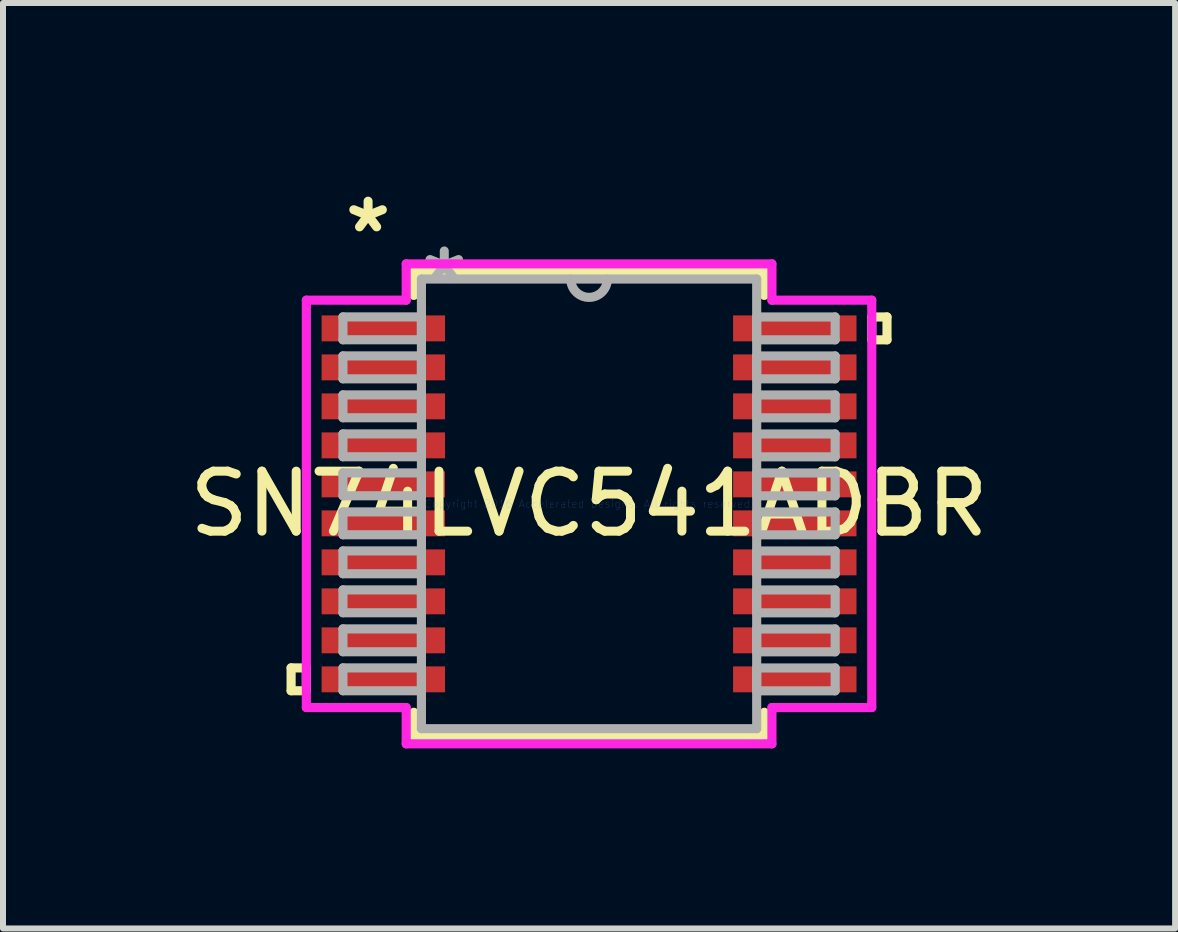
<source format=kicad_pcb>
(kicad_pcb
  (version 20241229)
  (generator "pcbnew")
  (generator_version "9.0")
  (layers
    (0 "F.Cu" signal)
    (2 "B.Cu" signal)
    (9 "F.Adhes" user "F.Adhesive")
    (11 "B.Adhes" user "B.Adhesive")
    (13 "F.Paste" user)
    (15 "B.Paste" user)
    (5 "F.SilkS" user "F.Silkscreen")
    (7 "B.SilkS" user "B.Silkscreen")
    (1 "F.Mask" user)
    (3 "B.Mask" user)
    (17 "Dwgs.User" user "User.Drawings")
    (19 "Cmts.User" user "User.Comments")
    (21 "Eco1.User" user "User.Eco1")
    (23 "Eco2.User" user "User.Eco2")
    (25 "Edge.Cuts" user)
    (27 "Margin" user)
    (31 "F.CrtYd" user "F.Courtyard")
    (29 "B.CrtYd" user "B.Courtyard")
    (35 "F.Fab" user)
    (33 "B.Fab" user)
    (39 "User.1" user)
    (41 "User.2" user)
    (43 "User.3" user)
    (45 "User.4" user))
  (footprint "SN74LVC541ADBR"
    (layer "F.Cu")
    (at 6.768 5.348)
    (property "Reference" "SN74LVC541ADBR" (at 0 0 0) (layer "F.SilkS") (effects (font (size 1 1) (thickness 0.15))))
    (attr through_hole)
    (fp_line (start -4.966 2.734) (end -4.966 3.115) (stroke (width 0.152) (type solid)) (layer "F.SilkS"))
    (fp_line (start -4.966 3.115) (end -4.712 3.115) (stroke (width 0.152) (type solid)) (layer "F.SilkS"))
    (fp_line (start -4.712 2.734) (end -4.966 2.734) (stroke (width 0.152) (type solid)) (layer "F.SilkS"))
    (fp_line (start -4.712 3.115) (end -4.712 2.734) (stroke (width 0.152) (type solid)) (layer "F.SilkS"))
    (fp_line (start -2.921 -3.873) (end -2.921 -3.474) (stroke (width 0.152) (type solid)) (layer "F.SilkS"))
    (fp_line (start -2.921 3.474) (end -2.921 3.873) (stroke (width 0.152) (type solid)) (layer "F.SilkS"))
    (fp_line (start -2.921 3.873) (end 2.921 3.873) (stroke (width 0.152) (type solid)) (layer "F.SilkS"))
    (fp_line (start 2.921 -3.873) (end -2.921 -3.873) (stroke (width 0.152) (type solid)) (layer "F.SilkS"))
    (fp_line (start 2.921 -3.474) (end 2.921 -3.873) (stroke (width 0.152) (type solid)) (layer "F.SilkS"))
    (fp_line (start 2.921 3.873) (end 2.921 3.474) (stroke (width 0.152) (type solid)) (layer "F.SilkS"))
    (fp_line (start 4.712 -3.115) (end 4.966 -3.115) (stroke (width 0.152) (type solid)) (layer "F.SilkS"))
    (fp_line (start 4.712 -2.734) (end 4.712 -3.115) (stroke (width 0.152) (type solid)) (layer "F.SilkS"))
    (fp_line (start 4.966 -3.115) (end 4.966 -2.734) (stroke (width 0.152) (type solid)) (layer "F.SilkS"))
    (fp_line (start 4.966 -2.734) (end 4.712 -2.734) (stroke (width 0.152) (type solid)) (layer "F.SilkS"))
    (fp_line (start -4.712 -3.395) (end -3.048 -3.395) (stroke (width 0.152) (type solid)) (layer "F.CrtYd"))
    (fp_line (start -4.712 3.395) (end -4.712 -3.395) (stroke (width 0.152) (type solid)) (layer "F.CrtYd"))
    (fp_line (start -3.048 -4) (end 3.048 -4) (stroke (width 0.152) (type solid)) (layer "F.CrtYd"))
    (fp_line (start -3.048 -3.395) (end -3.048 -4) (stroke (width 0.152) (type solid)) (layer "F.CrtYd"))
    (fp_line (start -3.048 3.395) (end -4.712 3.395) (stroke (width 0.152) (type solid)) (layer "F.CrtYd"))
    (fp_line (start -3.048 4) (end -3.048 3.395) (stroke (width 0.152) (type solid)) (layer "F.CrtYd"))
    (fp_line (start 3.048 -4) (end 3.048 -3.395) (stroke (width 0.152) (type solid)) (layer "F.CrtYd"))
    (fp_line (start 3.048 -3.395) (end 4.712 -3.395) (stroke (width 0.152) (type solid)) (layer "F.CrtYd"))
    (fp_line (start 3.048 3.395) (end 3.048 4) (stroke (width 0.152) (type solid)) (layer "F.CrtYd"))
    (fp_line (start 3.048 4) (end -3.048 4) (stroke (width 0.152) (type solid)) (layer "F.CrtYd"))
    (fp_line (start 4.712 -3.395) (end 4.712 3.395) (stroke (width 0.152) (type solid)) (layer "F.CrtYd"))
    (fp_line (start 4.712 3.395) (end 3.048 3.395) (stroke (width 0.152) (type solid)) (layer "F.CrtYd"))
    (fp_line (start -4.102 -3.116) (end -4.102 -2.735) (stroke (width 0.152) (type solid)) (layer "F.Fab"))
    (fp_line (start -4.102 -2.735) (end -2.794 -2.735) (stroke (width 0.152) (type solid)) (layer "F.Fab"))
    (fp_line (start -4.102 -2.466) (end -4.102 -2.084) (stroke (width 0.152) (type solid)) (layer "F.Fab"))
    (fp_line (start -4.102 -2.084) (end -2.794 -2.084) (stroke (width 0.152) (type solid)) (layer "F.Fab"))
    (fp_line (start -4.102 -1.816) (end -4.102 -1.435) (stroke (width 0.152) (type solid)) (layer "F.Fab"))
    (fp_line (start -4.102 -1.435) (end -2.794 -1.435) (stroke (width 0.152) (type solid)) (layer "F.Fab"))
    (fp_line (start -4.102 -1.166) (end -4.102 -0.785) (stroke (width 0.152) (type solid)) (layer "F.Fab"))
    (fp_line (start -4.102 -0.785) (end -2.794 -0.785) (stroke (width 0.152) (type solid)) (layer "F.Fab"))
    (fp_line (start -4.102 -0.516) (end -4.102 -0.135) (stroke (width 0.152) (type solid)) (layer "F.Fab"))
    (fp_line (start -4.102 -0.135) (end -2.794 -0.135) (stroke (width 0.152) (type solid)) (layer "F.Fab"))
    (fp_line (start -4.102 0.134) (end -4.102 0.515) (stroke (width 0.152) (type solid)) (layer "F.Fab"))
    (fp_line (start -4.102 0.515) (end -2.794 0.515) (stroke (width 0.152) (type solid)) (layer "F.Fab"))
    (fp_line (start -4.102 0.784) (end -4.102 1.165) (stroke (width 0.152) (type solid)) (layer "F.Fab"))
    (fp_line (start -4.102 1.165) (end -2.794 1.165) (stroke (width 0.152) (type solid)) (layer "F.Fab"))
    (fp_line (start -4.102 1.434) (end -4.102 1.815) (stroke (width 0.152) (type solid)) (layer "F.Fab"))
    (fp_line (start -4.102 1.815) (end -2.794 1.815) (stroke (width 0.152) (type solid)) (layer "F.Fab"))
    (fp_line (start -4.102 2.084) (end -4.102 2.465) (stroke (width 0.152) (type solid)) (layer "F.Fab"))
    (fp_line (start -4.102 2.465) (end -2.794 2.465) (stroke (width 0.152) (type solid)) (layer "F.Fab"))
    (fp_line (start -4.102 2.734) (end -4.102 3.115) (stroke (width 0.152) (type solid)) (layer "F.Fab"))
    (fp_line (start -4.102 3.115) (end -2.794 3.115) (stroke (width 0.152) (type solid)) (layer "F.Fab"))
    (fp_line (start -2.794 -3.747) (end -2.794 3.747) (stroke (width 0.152) (type solid)) (layer "F.Fab"))
    (fp_line (start -2.794 -3.116) (end -4.102 -3.116) (stroke (width 0.152) (type solid)) (layer "F.Fab"))
    (fp_line (start -2.794 -2.735) (end -2.794 -3.116) (stroke (width 0.152) (type solid)) (layer "F.Fab"))
    (fp_line (start -2.794 -2.466) (end -4.102 -2.466) (stroke (width 0.152) (type solid)) (layer "F.Fab"))
    (fp_line (start -2.794 -2.084) (end -2.794 -2.466) (stroke (width 0.152) (type solid)) (layer "F.Fab"))
    (fp_line (start -2.794 -1.816) (end -4.102 -1.816) (stroke (width 0.152) (type solid)) (layer "F.Fab"))
    (fp_line (start -2.794 -1.435) (end -2.794 -1.816) (stroke (width 0.152) (type solid)) (layer "F.Fab"))
    (fp_line (start -2.794 -1.166) (end -4.102 -1.166) (stroke (width 0.152) (type solid)) (layer "F.Fab"))
    (fp_line (start -2.794 -0.785) (end -2.794 -1.166) (stroke (width 0.152) (type solid)) (layer "F.Fab"))
    (fp_line (start -2.794 -0.516) (end -4.102 -0.516) (stroke (width 0.152) (type solid)) (layer "F.Fab"))
    (fp_line (start -2.794 -0.135) (end -2.794 -0.516) (stroke (width 0.152) (type solid)) (layer "F.Fab"))
    (fp_line (start -2.794 0.134) (end -4.102 0.134) (stroke (width 0.152) (type solid)) (layer "F.Fab"))
    (fp_line (start -2.794 0.515) (end -2.794 0.134) (stroke (width 0.152) (type solid)) (layer "F.Fab"))
    (fp_line (start -2.794 0.784) (end -4.102 0.784) (stroke (width 0.152) (type solid)) (layer "F.Fab"))
    (fp_line (start -2.794 1.165) (end -2.794 0.784) (stroke (width 0.152) (type solid)) (layer "F.Fab"))
    (fp_line (start -2.794 1.434) (end -4.102 1.434) (stroke (width 0.152) (type solid)) (layer "F.Fab"))
    (fp_line (start -2.794 1.815) (end -2.794 1.434) (stroke (width 0.152) (type solid)) (layer "F.Fab"))
    (fp_line (start -2.794 2.084) (end -4.102 2.084) (stroke (width 0.152) (type solid)) (layer "F.Fab"))
    (fp_line (start -2.794 2.465) (end -2.794 2.084) (stroke (width 0.152) (type solid)) (layer "F.Fab"))
    (fp_line (start -2.794 2.734) (end -4.102 2.734) (stroke (width 0.152) (type solid)) (layer "F.Fab"))
    (fp_line (start -2.794 3.115) (end -2.794 2.734) (stroke (width 0.152) (type solid)) (layer "F.Fab"))
    (fp_line (start -2.794 3.747) (end 2.794 3.747) (stroke (width 0.152) (type solid)) (layer "F.Fab"))
    (fp_line (start 2.794 -3.747) (end -2.794 -3.747) (stroke (width 0.152) (type solid)) (layer "F.Fab"))
    (fp_line (start 2.794 -3.115) (end 2.794 -2.734) (stroke (width 0.152) (type solid)) (layer "F.Fab"))
    (fp_line (start 2.794 -2.734) (end 4.102 -2.734) (stroke (width 0.152) (type solid)) (layer "F.Fab"))
    (fp_line (start 2.794 -2.465) (end 2.794 -2.084) (stroke (width 0.152) (type solid)) (layer "F.Fab"))
    (fp_line (start 2.794 -2.084) (end 4.102 -2.084) (stroke (width 0.152) (type solid)) (layer "F.Fab"))
    (fp_line (start 2.794 -1.815) (end 2.794 -1.434) (stroke (width 0.152) (type solid)) (layer "F.Fab"))
    (fp_line (start 2.794 -1.434) (end 4.102 -1.434) (stroke (width 0.152) (type solid)) (layer "F.Fab"))
    (fp_line (start 2.794 -1.165) (end 2.794 -0.784) (stroke (width 0.152) (type solid)) (layer "F.Fab"))
    (fp_line (start 2.794 -0.784) (end 4.102 -0.784) (stroke (width 0.152) (type solid)) (layer "F.Fab"))
    (fp_line (start 2.794 -0.515) (end 2.794 -0.134) (stroke (width 0.152) (type solid)) (layer "F.Fab"))
    (fp_line (start 2.794 -0.134) (end 4.102 -0.134) (stroke (width 0.152) (type solid)) (layer "F.Fab"))
    (fp_line (start 2.794 0.135) (end 2.794 0.516) (stroke (width 0.152) (type solid)) (layer "F.Fab"))
    (fp_line (start 2.794 0.516) (end 4.102 0.516) (stroke (width 0.152) (type solid)) (layer "F.Fab"))
    (fp_line (start 2.794 0.785) (end 2.794 1.166) (stroke (width 0.152) (type solid)) (layer "F.Fab"))
    (fp_line (start 2.794 1.166) (end 4.102 1.166) (stroke (width 0.152) (type solid)) (layer "F.Fab"))
    (fp_line (start 2.794 1.435) (end 2.794 1.816) (stroke (width 0.152) (type solid)) (layer "F.Fab"))
    (fp_line (start 2.794 1.816) (end 4.102 1.816) (stroke (width 0.152) (type solid)) (layer "F.Fab"))
    (fp_line (start 2.794 2.085) (end 2.794 2.466) (stroke (width 0.152) (type solid)) (layer "F.Fab"))
    (fp_line (start 2.794 2.466) (end 4.102 2.466) (stroke (width 0.152) (type solid)) (layer "F.Fab"))
    (fp_line (start 2.794 2.735) (end 2.794 3.116) (stroke (width 0.152) (type solid)) (layer "F.Fab"))
    (fp_line (start 2.794 3.116) (end 4.102 3.116) (stroke (width 0.152) (type solid)) (layer "F.Fab"))
    (fp_line (start 2.794 3.747) (end 2.794 -3.747) (stroke (width 0.152) (type solid)) (layer "F.Fab"))
    (fp_line (start 4.102 -3.115) (end 2.794 -3.115) (stroke (width 0.152) (type solid)) (layer "F.Fab"))
    (fp_line (start 4.102 -2.734) (end 4.102 -3.115) (stroke (width 0.152) (type solid)) (layer "F.Fab"))
    (fp_line (start 4.102 -2.465) (end 2.794 -2.465) (stroke (width 0.152) (type solid)) (layer "F.Fab"))
    (fp_line (start 4.102 -2.084) (end 4.102 -2.465) (stroke (width 0.152) (type solid)) (layer "F.Fab"))
    (fp_line (start 4.102 -1.815) (end 2.794 -1.815) (stroke (width 0.152) (type solid)) (layer "F.Fab"))
    (fp_line (start 4.102 -1.434) (end 4.102 -1.815) (stroke (width 0.152) (type solid)) (layer "F.Fab"))
    (fp_line (start 4.102 -1.165) (end 2.794 -1.165) (stroke (width 0.152) (type solid)) (layer "F.Fab"))
    (fp_line (start 4.102 -0.784) (end 4.102 -1.165) (stroke (width 0.152) (type solid)) (layer "F.Fab"))
    (fp_line (start 4.102 -0.515) (end 2.794 -0.515) (stroke (width 0.152) (type solid)) (layer "F.Fab"))
    (fp_line (start 4.102 -0.134) (end 4.102 -0.515) (stroke (width 0.152) (type solid)) (layer "F.Fab"))
    (fp_line (start 4.102 0.135) (end 2.794 0.135) (stroke (width 0.152) (type solid)) (layer "F.Fab"))
    (fp_line (start 4.102 0.516) (end 4.102 0.135) (stroke (width 0.152) (type solid)) (layer "F.Fab"))
    (fp_line (start 4.102 0.785) (end 2.794 0.785) (stroke (width 0.152) (type solid)) (layer "F.Fab"))
    (fp_line (start 4.102 1.166) (end 4.102 0.785) (stroke (width 0.152) (type solid)) (layer "F.Fab"))
    (fp_line (start 4.102 1.435) (end 2.794 1.435) (stroke (width 0.152) (type solid)) (layer "F.Fab"))
    (fp_line (start 4.102 1.816) (end 4.102 1.435) (stroke (width 0.152) (type solid)) (layer "F.Fab"))
    (fp_line (start 4.102 2.085) (end 2.794 2.085) (stroke (width 0.152) (type solid)) (layer "F.Fab"))
    (fp_line (start 4.102 2.466) (end 4.102 2.085) (stroke (width 0.152) (type solid)) (layer "F.Fab"))
    (fp_line (start 4.102 2.735) (end 2.794 2.735) (stroke (width 0.152) (type solid)) (layer "F.Fab"))
    (fp_line (start 4.102 3.116) (end 4.102 2.735) (stroke (width 0.152) (type solid)) (layer "F.Fab"))
    (fp_arc (start 0.3048 -3.7465) (mid 0 -3.4417) (end -0.3048 -3.7465) (stroke (width 0.1524) (type solid)) (layer "F.Fab"))
    (fp_text user "*" (at -3.683 -4.5 0) (layer "F.SilkS") (effects (font (size 1 1) (thickness 0.15))))
    (fp_text user "Copyright 2016 Accelerated Designs. All rights reserved." (at 0 0 0) (layer "Cmts.User") (effects (font (size 0.127 0.127) (thickness 0.002))))
    (fp_text user "*" (at -2.413 -3.67 0) (layer "F.Fab") (effects (font (size 1 1) (thickness 0.15))))
    (pad "1" smd rect (at -3.429 -2.925) (size 2.057 0.432) (layers "F.Cu" "F.Mask" "F.Paste"))
    (pad "2" smd rect (at -3.429 -2.275) (size 2.057 0.432) (layers "F.Cu" "F.Mask" "F.Paste"))
    (pad "3" smd rect (at -3.429 -1.625) (size 2.057 0.432) (layers "F.Cu" "F.Mask" "F.Paste"))
    (pad "4" smd rect (at -3.429 -0.975) (size 2.057 0.432) (layers "F.Cu" "F.Mask" "F.Paste"))
    (pad "5" smd rect (at -3.429 -0.325) (size 2.057 0.432) (layers "F.Cu" "F.Mask" "F.Paste"))
    (pad "6" smd rect (at -3.429 0.325) (size 2.057 0.432) (layers "F.Cu" "F.Mask" "F.Paste"))
    (pad "7" smd rect (at -3.429 0.975) (size 2.057 0.432) (layers "F.Cu" "F.Mask" "F.Paste"))
    (pad "8" smd rect (at -3.429 1.625) (size 2.057 0.432) (layers "F.Cu" "F.Mask" "F.Paste"))
    (pad "9" smd rect (at -3.429 2.275) (size 2.057 0.432) (layers "F.Cu" "F.Mask" "F.Paste"))
    (pad "10" smd rect (at -3.429 2.925) (size 2.057 0.432) (layers "F.Cu" "F.Mask" "F.Paste"))
    (pad "11" smd rect (at 3.429 2.925) (size 2.057 0.432) (layers "F.Cu" "F.Mask" "F.Paste"))
    (pad "12" smd rect (at 3.429 2.275) (size 2.057 0.432) (layers "F.Cu" "F.Mask" "F.Paste"))
    (pad "13" smd rect (at 3.429 1.625) (size 2.057 0.432) (layers "F.Cu" "F.Mask" "F.Paste"))
    (pad "14" smd rect (at 3.429 0.975) (size 2.057 0.432) (layers "F.Cu" "F.Mask" "F.Paste"))
    (pad "15" smd rect (at 3.429 0.325) (size 2.057 0.432) (layers "F.Cu" "F.Mask" "F.Paste"))
    (pad "16" smd rect (at 3.429 -0.325) (size 2.057 0.432) (layers "F.Cu" "F.Mask" "F.Paste"))
    (pad "17" smd rect (at 3.429 -0.975) (size 2.057 0.432) (layers "F.Cu" "F.Mask" "F.Paste"))
    (pad "18" smd rect (at 3.429 -1.625) (size 2.057 0.432) (layers "F.Cu" "F.Mask" "F.Paste"))
    (pad "19" smd rect (at 3.429 -2.275) (size 2.057 0.432) (layers "F.Cu" "F.Mask" "F.Paste"))
    (pad "20" smd rect (at 3.429 -2.925) (size 2.057 0.432) (layers "F.Cu" "F.Mask" "F.Paste")))
  (gr_rect
    (start -3 -3)
    (end 16.536 12.425)
    (stroke (width 0.1) (type default))
    (fill no)
    (layer "Edge.Cuts")))
</source>
